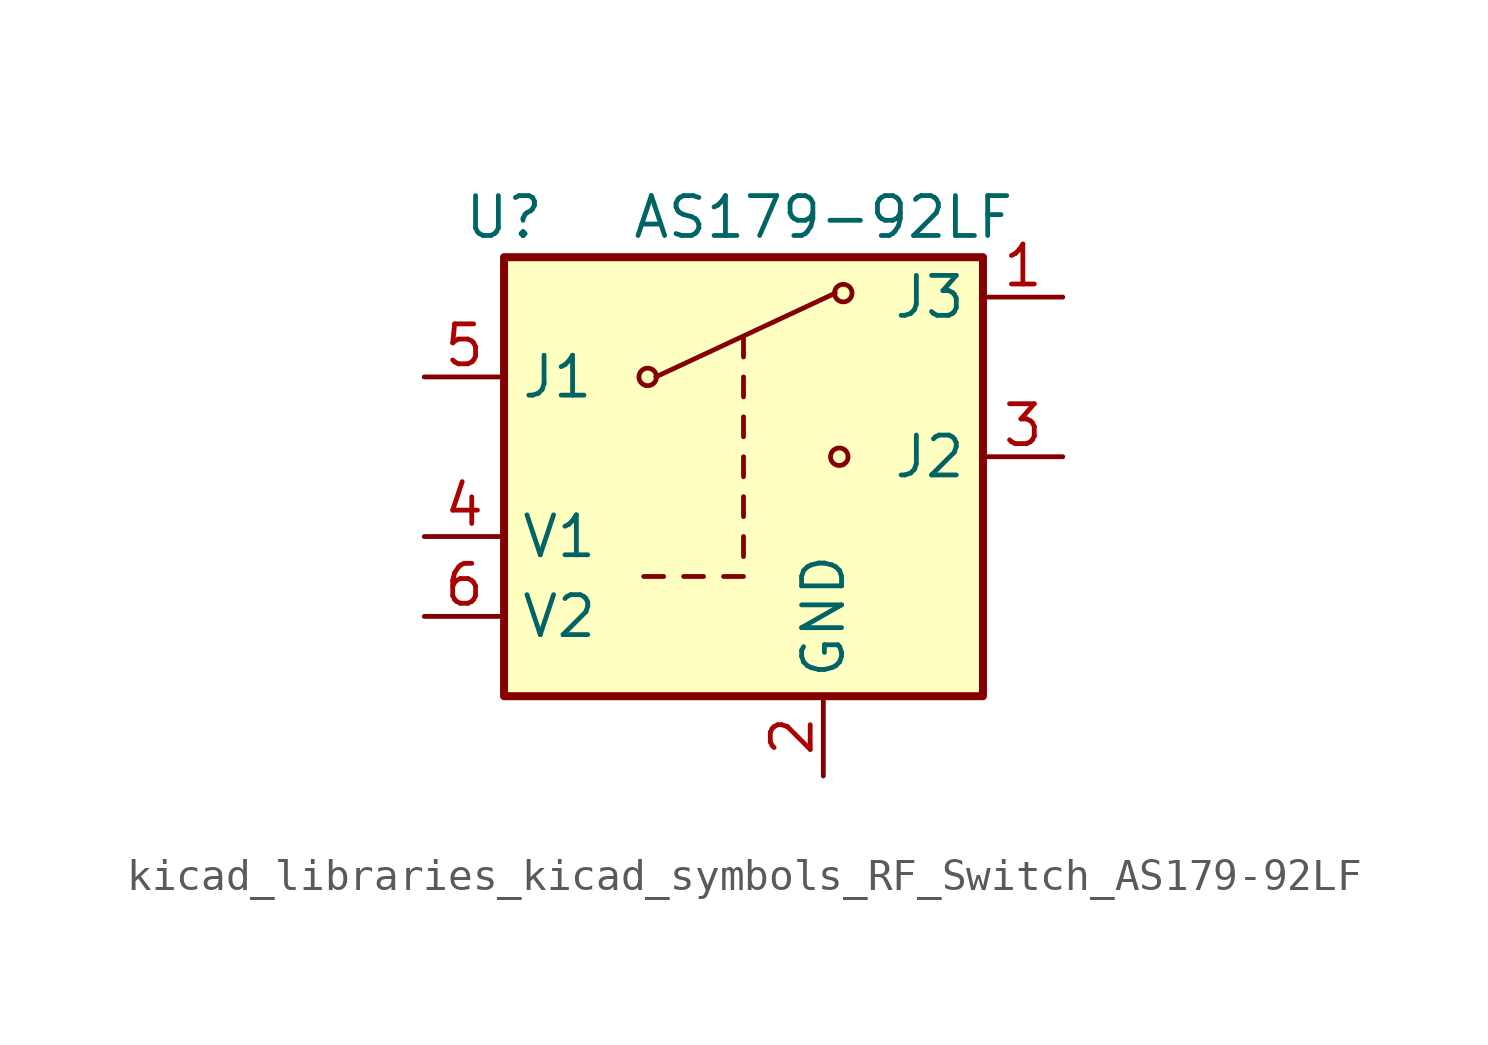
<source format=kicad_sym>
(kicad_symbol_lib
  (version 20220914)
  (generator kicad_symbol_editor)
  (symbol "kicad_libraries_kicad_symbols_RF_Switch_AS179-92LF"
    (property "Reference" "U"
      (at -7.62 7.62 0)
      (effects (font (size 1.27 1.27))))
    (property "Value" "AS179-92LF"
      (at 2.54 7.62 0)
      (effects (font (size 1.27 1.27))))
    (symbol "kicad_libraries_kicad_symbols_RF_Switch_AS179-92LF_1_1"
      (circle (center -3.048 2.54) (radius 0.279) (stroke (width 0) (type default)) (fill (type none)))
      (polyline (pts (xy -3.175 -3.81) (xy -2.54 -3.81)) (stroke (width 0) (type default)) (fill (type none)))
      (polyline (pts (xy -2.794 2.54) (xy 2.921 5.207)) (stroke (width 0) (type default)) (fill (type none)))
      (polyline (pts (xy -1.905 -3.81) (xy -1.27 -3.81)) (stroke (width 0) (type default)) (fill (type none)))
      (polyline (pts (xy -0.635 -3.81) (xy 0 -3.81)) (stroke (width 0) (type default)) (fill (type none)))
      (polyline (pts (xy 0 -3.175) (xy 0 -2.54)) (stroke (width 0) (type default)) (fill (type none)))
      (polyline (pts (xy 0 -1.905) (xy 0 -1.27)) (stroke (width 0) (type default)) (fill (type none)))
      (polyline (pts (xy 0 -0.635) (xy 0 0)) (stroke (width 0) (type default)) (fill (type none)))
      (polyline (pts (xy 0 0.635) (xy 0 1.27)) (stroke (width 0) (type default)) (fill (type none)))
      (polyline (pts (xy 0 1.905) (xy 0 2.54)) (stroke (width 0) (type default)) (fill (type none)))
      (polyline (pts (xy 0 3.175) (xy 0 3.81)) (stroke (width 0) (type default)) (fill (type none)))
      (circle (center 3.048 0) (radius 0.279) (stroke (width 0) (type default)) (fill (type none)))
      (circle (center 3.175 5.207) (radius 0.279) (stroke (width 0) (type default)) (fill (type none)))
      (rectangle (start 7.62 -7.62) (end -7.62 6.35) (stroke (width 0.254) (type default)) (fill (type background)))
      (pin passive line (at 10.16 5.08 180) (length 2.54) (name "J3" (effects (font (size 1.27 1.27)))) (number "1" (effects (font (size 1.27 1.27)))))
      (pin power_in line (at 2.54 -10.16 90) (length 2.54) (name "GND" (effects (font (size 1.27 1.27)))) (number "2" (effects (font (size 1.27 1.27)))))
      (pin passive line (at 10.16 0 180) (length 2.54) (name "J2" (effects (font (size 1.27 1.27)))) (number "3" (effects (font (size 1.27 1.27)))))
      (pin input line (at -10.16 -2.54 0) (length 2.54) (name "V1" (effects (font (size 1.27 1.27)))) (number "4" (effects (font (size 1.27 1.27)))))
      (pin passive line (at -10.16 2.54 0) (length 2.54) (name "J1" (effects (font (size 1.27 1.27)))) (number "5" (effects (font (size 1.27 1.27)))))
      (pin input line (at -10.16 -5.08 0) (length 2.54) (name "V2" (effects (font (size 1.27 1.27)))) (number "6" (effects (font (size 1.27 1.27))))))))
</source>
